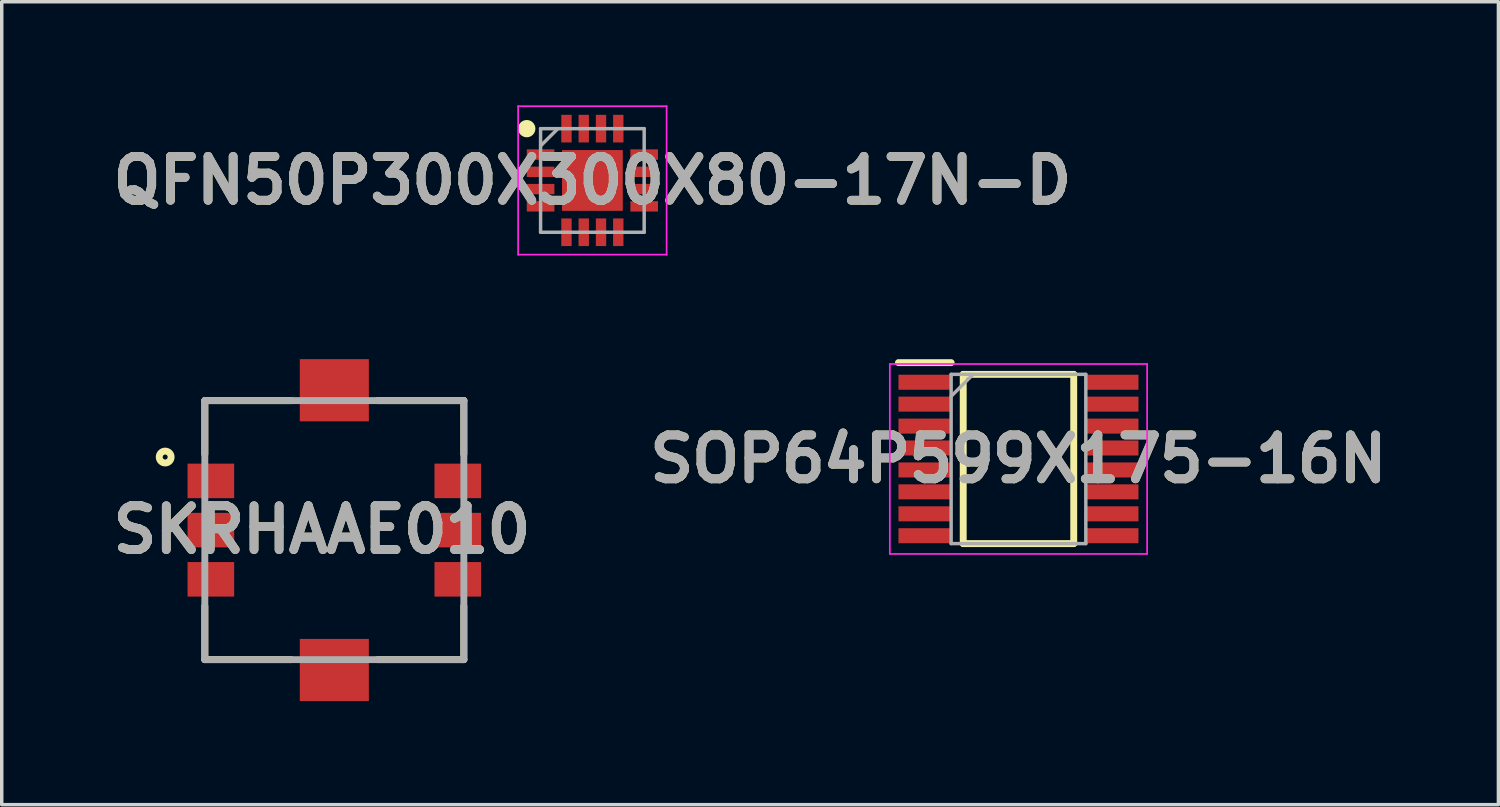
<source format=kicad_pcb>
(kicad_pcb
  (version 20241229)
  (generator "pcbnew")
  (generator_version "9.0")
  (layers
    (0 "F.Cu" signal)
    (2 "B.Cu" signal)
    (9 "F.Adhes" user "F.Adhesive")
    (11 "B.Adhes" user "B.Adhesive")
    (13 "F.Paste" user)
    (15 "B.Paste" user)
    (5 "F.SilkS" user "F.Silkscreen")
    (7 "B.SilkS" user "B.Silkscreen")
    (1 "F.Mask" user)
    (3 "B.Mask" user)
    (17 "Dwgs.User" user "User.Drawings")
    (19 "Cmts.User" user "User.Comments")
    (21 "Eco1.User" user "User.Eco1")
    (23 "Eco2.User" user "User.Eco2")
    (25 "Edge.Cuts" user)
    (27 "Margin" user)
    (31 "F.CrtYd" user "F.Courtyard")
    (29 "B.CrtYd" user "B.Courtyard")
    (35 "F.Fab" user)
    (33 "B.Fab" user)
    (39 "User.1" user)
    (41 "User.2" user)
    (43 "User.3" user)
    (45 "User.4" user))
  (footprint "SKRHAAE010"
    (layer "F.Cu")
    (at 6.631 12.3)
    (property "Reference" "SKRHAAE010" (at -0.36 -0.01 0) (layer "F.SilkS") (effects (font (size 1.27 1.27) (thickness 0.254))))
    (attr smd)
    (fp_line (start -3.75 -3.75) (end -3.75 -2.2) (stroke (width 0.2) (type solid)) (layer "F.SilkS"))
    (fp_line (start -3.75 -3.75) (end -1.25 -3.75) (stroke (width 0.2) (type solid)) (layer "F.SilkS"))
    (fp_line (start -3.75 3.75) (end -3.75 2.2) (stroke (width 0.2) (type solid)) (layer "F.SilkS"))
    (fp_line (start -3.75 3.75) (end -1.25 3.75) (stroke (width 0.2) (type solid)) (layer "F.SilkS"))
    (fp_line (start 3.75 -3.75) (end 1.25 -3.75) (stroke (width 0.2) (type solid)) (layer "F.SilkS"))
    (fp_line (start 3.75 -3.75) (end 3.75 -2.2) (stroke (width 0.2) (type solid)) (layer "F.SilkS"))
    (fp_line (start 3.75 3.75) (end 1.25 3.75) (stroke (width 0.2) (type solid)) (layer "F.SilkS"))
    (fp_line (start 3.75 3.75) (end 3.75 2.2) (stroke (width 0.2) (type solid)) (layer "F.SilkS"))
    (fp_circle (center -4.898 -2.116) (end -4.898 -2.044) (stroke (width 0.2) (type solid)) (fill no) (layer "F.SilkS"))
    (fp_line (start -3.75 -3.75) (end 3.75 -3.75) (stroke (width 0.2) (type solid)) (layer "F.Fab"))
    (fp_line (start -3.75 3.75) (end -3.75 -3.75) (stroke (width 0.2) (type solid)) (layer "F.Fab"))
    (fp_line (start 3.75 -3.75) (end 3.75 3.75) (stroke (width 0.2) (type solid)) (layer "F.Fab"))
    (fp_line (start 3.75 3.75) (end -3.75 3.75) (stroke (width 0.2) (type solid)) (layer "F.Fab"))
    (fp_text user "${REFERENCE}" (at -0.36 -0.01 0) (layer "F.Fab") (effects (font (size 1.27 1.27) (thickness 0.254))))
    (pad "1" smd rect (at -3.575 -1.425 90) (size 1 1.35) (layers "F.Cu" "F.Mask" "F.Paste"))
    (pad "2" smd rect (at -3.575 0 90) (size 1 1.35) (layers "F.Cu" "F.Mask" "F.Paste"))
    (pad "3" smd rect (at -3.575 1.425 90) (size 1 1.35) (layers "F.Cu" "F.Mask" "F.Paste"))
    (pad "4" smd rect (at 3.575 -1.425 90) (size 1 1.35) (layers "F.Cu" "F.Mask" "F.Paste"))
    (pad "5" smd rect (at 3.575 0 90) (size 1 1.35) (layers "F.Cu" "F.Mask" "F.Paste"))
    (pad "6" smd rect (at 3.575 1.425 90) (size 1 1.35) (layers "F.Cu" "F.Mask" "F.Paste"))
    (pad "7" smd rect (at 0 4.05 90) (size 1.8 2) (layers "F.Cu" "F.Mask" "F.Paste"))
    (pad "8" smd rect (at 0 -4.05 90) (size 1.8 2) (layers "F.Cu" "F.Mask" "F.Paste")))
  (footprint "SOP64P599X175-16N"
    (layer "F.Cu")
    (at 26.441 10.24)
    (property "Reference" "SOP64P599X175-16N" (at 0 0 0) (layer "F.SilkS") (effects (font (size 1.27 1.27) (thickness 0.254))))
    (attr smd)
    (fp_line (start -3.475 -2.79) (end -1.95 -2.79) (stroke (width 0.2) (type solid)) (layer "F.SilkS"))
    (fp_line (start -1.6 -2.45) (end 1.6 -2.45) (stroke (width 0.2) (type solid)) (layer "F.SilkS"))
    (fp_line (start -1.6 2.45) (end -1.6 -2.45) (stroke (width 0.2) (type solid)) (layer "F.SilkS"))
    (fp_line (start 1.6 -2.45) (end 1.6 2.45) (stroke (width 0.2) (type solid)) (layer "F.SilkS"))
    (fp_line (start 1.6 2.45) (end -1.6 2.45) (stroke (width 0.2) (type solid)) (layer "F.SilkS"))
    (fp_line (start -3.725 -2.75) (end 3.725 -2.75) (stroke (width 0.05) (type solid)) (layer "F.CrtYd"))
    (fp_line (start -3.725 2.75) (end -3.725 -2.75) (stroke (width 0.05) (type solid)) (layer "F.CrtYd"))
    (fp_line (start 3.725 -2.75) (end 3.725 2.75) (stroke (width 0.05) (type solid)) (layer "F.CrtYd"))
    (fp_line (start 3.725 2.75) (end -3.725 2.75) (stroke (width 0.05) (type solid)) (layer "F.CrtYd"))
    (fp_line (start -1.95 -2.45) (end 1.95 -2.45) (stroke (width 0.1) (type solid)) (layer "F.Fab"))
    (fp_line (start -1.95 -1.815) (end -1.315 -2.45) (stroke (width 0.1) (type solid)) (layer "F.Fab"))
    (fp_line (start -1.95 2.45) (end -1.95 -2.45) (stroke (width 0.1) (type solid)) (layer "F.Fab"))
    (fp_line (start 1.95 -2.45) (end 1.95 2.45) (stroke (width 0.1) (type solid)) (layer "F.Fab"))
    (fp_line (start 1.95 2.45) (end -1.95 2.45) (stroke (width 0.1) (type solid)) (layer "F.Fab"))
    (fp_text user "${REFERENCE}" (at 0 0 0) (layer "F.Fab") (effects (font (size 1.27 1.27) (thickness 0.254))))
    (pad "1" smd rect (at -2.712 -2.222 90) (size 0.435 1.525) (layers "F.Cu" "F.Mask" "F.Paste"))
    (pad "2" smd rect (at -2.712 -1.588 90) (size 0.435 1.525) (layers "F.Cu" "F.Mask" "F.Paste"))
    (pad "3" smd rect (at -2.712 -0.952 90) (size 0.435 1.525) (layers "F.Cu" "F.Mask" "F.Paste"))
    (pad "4" smd rect (at -2.712 -0.318 90) (size 0.435 1.525) (layers "F.Cu" "F.Mask" "F.Paste"))
    (pad "5" smd rect (at -2.712 0.318 90) (size 0.435 1.525) (layers "F.Cu" "F.Mask" "F.Paste"))
    (pad "6" smd rect (at -2.712 0.952 90) (size 0.435 1.525) (layers "F.Cu" "F.Mask" "F.Paste"))
    (pad "7" smd rect (at -2.712 1.588 90) (size 0.435 1.525) (layers "F.Cu" "F.Mask" "F.Paste"))
    (pad "8" smd rect (at -2.712 2.222 90) (size 0.435 1.525) (layers "F.Cu" "F.Mask" "F.Paste"))
    (pad "9" smd rect (at 2.712 2.222 90) (size 0.435 1.525) (layers "F.Cu" "F.Mask" "F.Paste"))
    (pad "10" smd rect (at 2.712 1.588 90) (size 0.435 1.525) (layers "F.Cu" "F.Mask" "F.Paste"))
    (pad "11" smd rect (at 2.712 0.952 90) (size 0.435 1.525) (layers "F.Cu" "F.Mask" "F.Paste"))
    (pad "12" smd rect (at 2.712 0.318 90) (size 0.435 1.525) (layers "F.Cu" "F.Mask" "F.Paste"))
    (pad "13" smd rect (at 2.712 -0.318 90) (size 0.435 1.525) (layers "F.Cu" "F.Mask" "F.Paste"))
    (pad "14" smd rect (at 2.712 -0.952 90) (size 0.435 1.525) (layers "F.Cu" "F.Mask" "F.Paste"))
    (pad "15" smd rect (at 2.712 -1.588 90) (size 0.435 1.525) (layers "F.Cu" "F.Mask" "F.Paste"))
    (pad "16" smd rect (at 2.712 -2.222 90) (size 0.435 1.525) (layers "F.Cu" "F.Mask" "F.Paste")))
  (footprint "QFN50P300X300X80-17N-D"
    (layer "F.Cu")
    (at 14.103 2.175)
    (property "Reference" "QFN50P300X300X80-17N-D" (at 0 0 0) (layer "F.SilkS") (effects (font (size 1.27 1.27) (thickness 0.254))))
    (attr smd)
    (fp_circle (center -1.9 -1.5) (end -1.9 -1.375) (stroke (width 0.25) (type solid)) (fill no) (layer "F.SilkS"))
    (fp_line (start -2.15 -2.15) (end 2.15 -2.15) (stroke (width 0.05) (type solid)) (layer "F.CrtYd"))
    (fp_line (start -2.15 2.15) (end -2.15 -2.15) (stroke (width 0.05) (type solid)) (layer "F.CrtYd"))
    (fp_line (start 2.15 -2.15) (end 2.15 2.15) (stroke (width 0.05) (type solid)) (layer "F.CrtYd"))
    (fp_line (start 2.15 2.15) (end -2.15 2.15) (stroke (width 0.05) (type solid)) (layer "F.CrtYd"))
    (fp_line (start -1.5 -1.5) (end 1.5 -1.5) (stroke (width 0.1) (type solid)) (layer "F.Fab"))
    (fp_line (start -1.5 -1) (end -1 -1.5) (stroke (width 0.1) (type solid)) (layer "F.Fab"))
    (fp_line (start -1.5 1.5) (end -1.5 -1.5) (stroke (width 0.1) (type solid)) (layer "F.Fab"))
    (fp_line (start 1.5 -1.5) (end 1.5 1.5) (stroke (width 0.1) (type solid)) (layer "F.Fab"))
    (fp_line (start 1.5 1.5) (end -1.5 1.5) (stroke (width 0.1) (type solid)) (layer "F.Fab"))
    (fp_text user "${REFERENCE}" (at 0 0 0) (layer "F.Fab") (effects (font (size 1.27 1.27) (thickness 0.254))))
    (pad "1" smd rect (at -1.5 -0.75 90) (size 0.3 0.8) (layers "F.Cu" "F.Mask" "F.Paste"))
    (pad "2" smd rect (at -1.5 -0.25 90) (size 0.3 0.8) (layers "F.Cu" "F.Mask" "F.Paste"))
    (pad "3" smd rect (at -1.5 0.25 90) (size 0.3 0.8) (layers "F.Cu" "F.Mask" "F.Paste"))
    (pad "4" smd rect (at -1.5 0.75 90) (size 0.3 0.8) (layers "F.Cu" "F.Mask" "F.Paste"))
    (pad "5" smd rect (at -0.75 1.5) (size 0.3 0.8) (layers "F.Cu" "F.Mask" "F.Paste"))
    (pad "6" smd rect (at -0.25 1.5) (size 0.3 0.8) (layers "F.Cu" "F.Mask" "F.Paste"))
    (pad "7" smd rect (at 0.25 1.5) (size 0.3 0.8) (layers "F.Cu" "F.Mask" "F.Paste"))
    (pad "8" smd rect (at 0.75 1.5) (size 0.3 0.8) (layers "F.Cu" "F.Mask" "F.Paste"))
    (pad "9" smd rect (at 1.5 0.75 90) (size 0.3 0.8) (layers "F.Cu" "F.Mask" "F.Paste"))
    (pad "10" smd rect (at 1.5 0.25 90) (size 0.3 0.8) (layers "F.Cu" "F.Mask" "F.Paste"))
    (pad "11" smd rect (at 1.5 -0.25 90) (size 0.3 0.8) (layers "F.Cu" "F.Mask" "F.Paste"))
    (pad "12" smd rect (at 1.5 -0.75 90) (size 0.3 0.8) (layers "F.Cu" "F.Mask" "F.Paste"))
    (pad "13" smd rect (at 0.75 -1.5) (size 0.3 0.8) (layers "F.Cu" "F.Mask" "F.Paste"))
    (pad "14" smd rect (at 0.25 -1.5) (size 0.3 0.8) (layers "F.Cu" "F.Mask" "F.Paste"))
    (pad "15" smd rect (at -0.25 -1.5) (size 0.3 0.8) (layers "F.Cu" "F.Mask" "F.Paste"))
    (pad "16" smd rect (at -0.75 -1.5) (size 0.3 0.8) (layers "F.Cu" "F.Mask" "F.Paste"))
    (pad "17" smd rect (at 0 0) (size 1.76 1.76) (layers "F.Cu" "F.Mask" "F.Paste")))
  (gr_rect
    (start -3 -3)
    (end 40.338 20.25)
    (stroke (width 0.1) (type default))
    (fill no)
    (layer "Edge.Cuts")))
</source>
